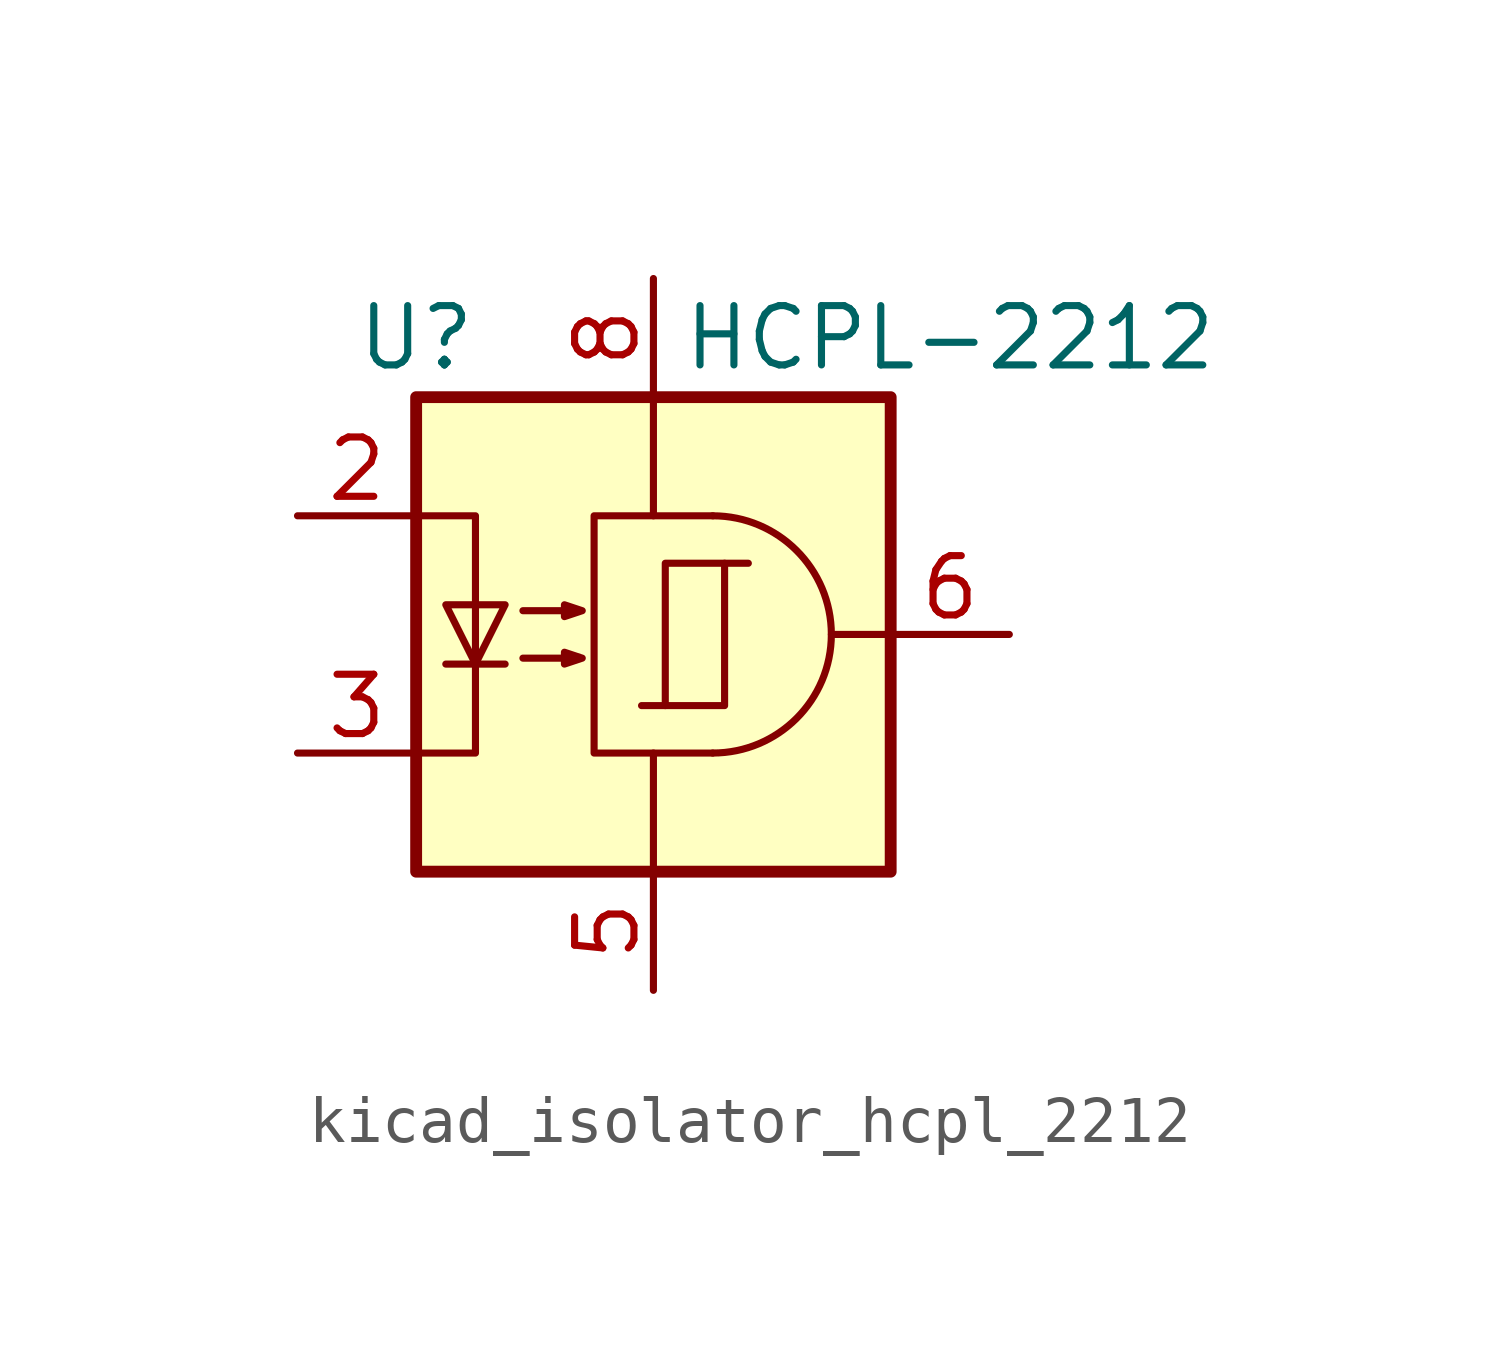
<source format=kicad_sym>
(kicad_symbol_lib
  (version 20220914)
  (generator kicad_symbol_editor)
  (symbol "kicad_isolator_hcpl_2212"
    (property "Reference" "U"
      (at -5.08 6.35 0)
      (effects (font (size 1.27 1.27))))
    (property "Value" "HCPL-2212"
      (at 6.35 6.35 0)
      (effects (font (size 1.27 1.27))))
    (symbol "kicad_isolator_hcpl_2212_0_1"
      (polyline (pts (xy 5.08 0) (xy 3.81 0)) (stroke (width 0) (type default)) (fill (type none))))
    (symbol "kicad_isolator_hcpl_2212_1_1"
      (rectangle (start -5.08 5.08) (end 5.08 -5.08) (stroke (width 0.254) (type default)) (fill (type background)))
      (polyline (pts (xy -4.445 -0.635) (xy -3.175 -0.635)) (stroke (width 0) (type default)) (fill (type none)))
      (polyline (pts (xy 0 2.54) (xy 0 5.08)) (stroke (width 0) (type default)) (fill (type none)))
      (polyline (pts (xy 0.254 -1.524) (xy -0.254 -1.524)) (stroke (width 0) (type default)) (fill (type none)))
      (polyline (pts (xy 1.524 1.524) (xy 2.032 1.524)) (stroke (width 0) (type default)) (fill (type none)))
      (polyline (pts (xy 0 -2.54) (xy 0 -5.08) (xy 0 -3.81)) (stroke (width 0) (type default)) (fill (type none)))
      (polyline (pts (xy -5.08 -2.54) (xy -3.81 -2.54) (xy -3.81 2.54) (xy -5.08 2.54)) (stroke (width 0) (type default)) (fill (type none)))
      (polyline (pts (xy -3.81 -0.635) (xy -4.445 0.635) (xy -3.175 0.635) (xy -3.81 -0.635)) (stroke (width 0) (type default)) (fill (type none)))
      (polyline (pts (xy 1.27 -2.54) (xy -1.27 -2.54) (xy -1.27 2.54) (xy 1.27 2.54)) (stroke (width 0) (type default)) (fill (type none)))
      (polyline (pts (xy -2.794 -0.508) (xy -1.524 -0.508) (xy -1.905 -0.635) (xy -1.905 -0.381) (xy -1.524 -0.508)) (stroke (width 0) (type default)) (fill (type none)))
      (polyline (pts (xy -2.794 0.508) (xy -1.524 0.508) (xy -1.905 0.381) (xy -1.905 0.635) (xy -1.524 0.508)) (stroke (width 0) (type default)) (fill (type none)))
      (rectangle (start 0.254 1.524) (end 1.524 -1.524) (stroke (width 0) (type default)) (fill (type none)))
      (arc (start 1.27 -2.54) (mid 3.799 0) (end 1.27 2.54) (stroke (width 0) (type default)) (fill (type none)))
      (pin no_connect line (at -5.08 0 0) (length 2.54) hide (name "~" (effects (font (size 1.27 1.27)))) (number "1" (effects (font (size 1.27 1.27)))))
      (pin passive line (at -7.62 2.54 0) (length 2.54) (name "~" (effects (font (size 1.27 1.27)))) (number "2" (effects (font (size 1.27 1.27)))))
      (pin passive line (at -7.62 -2.54 0) (length 2.54) (name "~" (effects (font (size 1.27 1.27)))) (number "3" (effects (font (size 1.27 1.27)))))
      (pin no_connect line (at -5.08 -5.08 0) (length 2.54) hide (name "~" (effects (font (size 1.27 1.27)))) (number "4" (effects (font (size 1.27 1.27)))))
      (pin power_in line (at 0 -7.62 90) (length 2.54) (name "~" (effects (font (size 1.27 1.27)))) (number "5" (effects (font (size 1.27 1.27)))))
      (pin output line (at 7.62 0 180) (length 2.54) (name "~" (effects (font (size 1.27 1.27)))) (number "6" (effects (font (size 1.27 1.27)))))
      (pin no_connect line (at 5.08 -2.54 180) (length 2.54) hide (name "~" (effects (font (size 1.27 1.27)))) (number "7" (effects (font (size 1.27 1.27)))))
      (pin power_in line (at 0 7.62 270) (length 2.54) (name "~" (effects (font (size 1.27 1.27)))) (number "8" (effects (font (size 1.27 1.27))))))))
</source>
